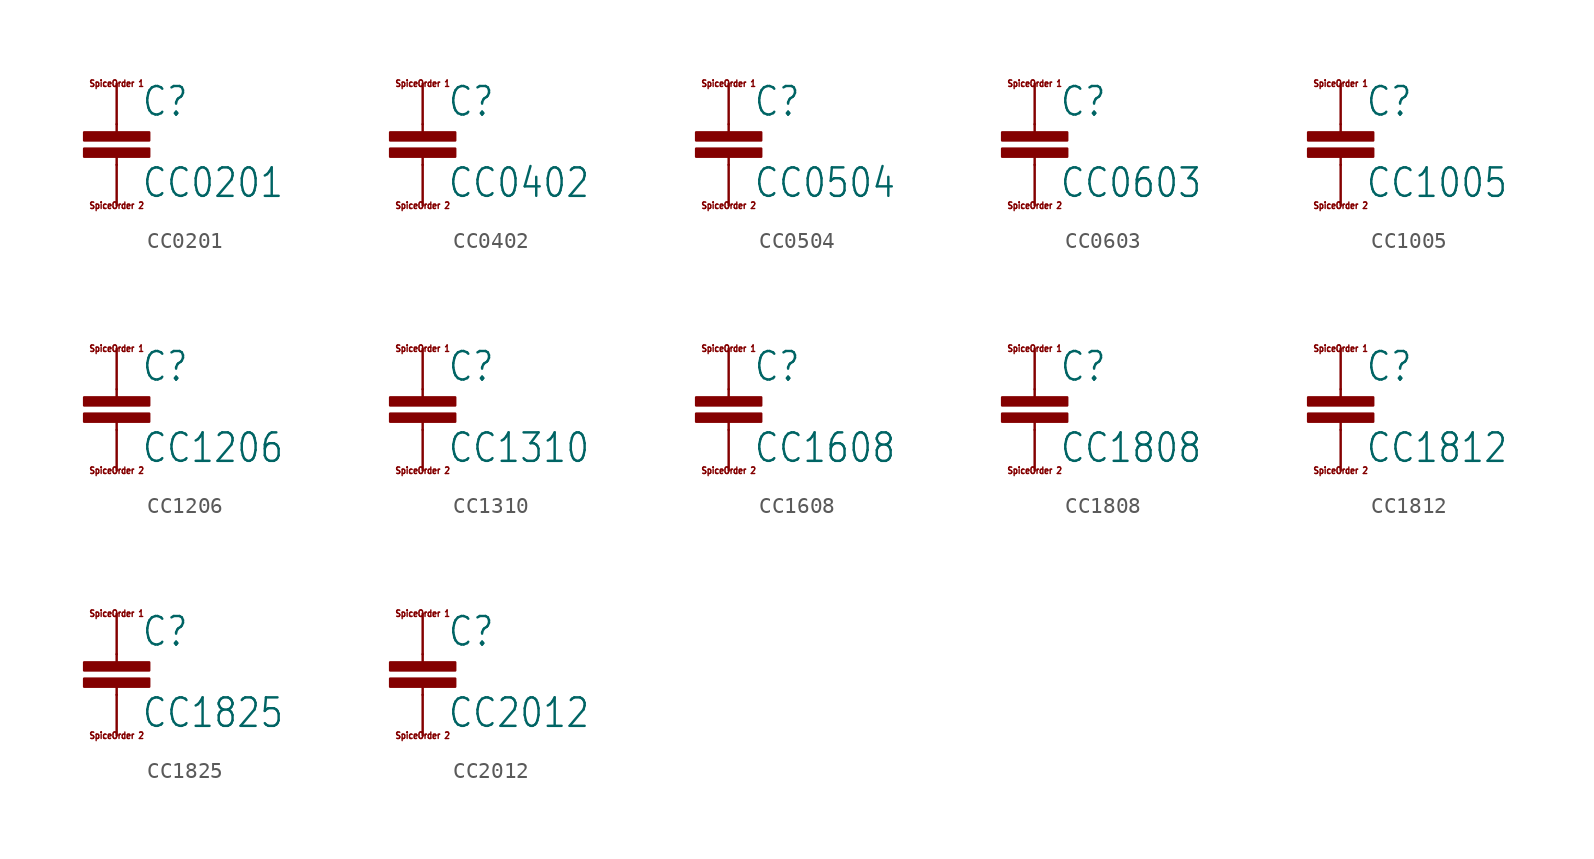
<source format=kicad_sym>
(kicad_symbol_lib
  (version 20211014)
  (generator kicad_symbol_editor)
  (symbol "CC0201"
    (property "Reference" "C"
      (at 1.524 0.381 0)
      (effects (font (size 1.778 1.511)) (justify left bottom)))
    (property "Value" "CC0201"
      (at 1.524 -4.699 0)
      (effects (font (size 1.778 1.511)) (justify left bottom)))
    (property "ki_locked" ""
      (at 0 0 0)
      (effects (font (size 1.27 1.27))))
    (symbol "CC0201_1_0"
      (rectangle (start -2.032 -2.032) (end 2.032 -1.524) (stroke (width 0) (type default) (color 0 0 0 0)) (fill (type outline)))
      (rectangle (start -2.032 -1.016) (end 2.032 -0.508) (stroke (width 0) (type default) (color 0 0 0 0)) (fill (type outline)))
      (polyline (pts (xy 0 -2.54) (xy 0 -2.032)) (stroke (width 0.152) (type default) (color 0 0 0 0)) (fill (type none)))
      (polyline (pts (xy 0 0) (xy 0 -0.508)) (stroke (width 0.152) (type default) (color 0 0 0 0)) (fill (type none)))
      (text "SpiceOrder 1" (at 0 2.54 0) (effects (font (size 0.406 0.345))))
      (text "SpiceOrder 2" (at 0 -5.08 0) (effects (font (size 0.406 0.345))))
      (pin passive line (at 0 2.54 270) (length 2.54) (name "1" (effects (font (size 0 0)))) (number "1" (effects (font (size 0 0)))))
      (pin passive line (at 0 -5.08 90) (length 2.54) (name "2" (effects (font (size 0 0)))) (number "2" (effects (font (size 0 0)))))))
  (symbol "CC0402"
    (property "Reference" "C"
      (at 1.524 0.381 0)
      (effects (font (size 1.778 1.511)) (justify left bottom)))
    (property "Value" "CC0402"
      (at 1.524 -4.699 0)
      (effects (font (size 1.778 1.511)) (justify left bottom)))
    (property "ki_locked" ""
      (at 0 0 0)
      (effects (font (size 1.27 1.27))))
    (symbol "CC0402_1_0"
      (rectangle (start -2.032 -2.032) (end 2.032 -1.524) (stroke (width 0) (type default) (color 0 0 0 0)) (fill (type outline)))
      (rectangle (start -2.032 -1.016) (end 2.032 -0.508) (stroke (width 0) (type default) (color 0 0 0 0)) (fill (type outline)))
      (polyline (pts (xy 0 -2.54) (xy 0 -2.032)) (stroke (width 0.152) (type default) (color 0 0 0 0)) (fill (type none)))
      (polyline (pts (xy 0 0) (xy 0 -0.508)) (stroke (width 0.152) (type default) (color 0 0 0 0)) (fill (type none)))
      (text "SpiceOrder 1" (at 0 2.54 0) (effects (font (size 0.406 0.345))))
      (text "SpiceOrder 2" (at 0 -5.08 0) (effects (font (size 0.406 0.345))))
      (pin passive line (at 0 2.54 270) (length 2.54) (name "1" (effects (font (size 0 0)))) (number "1" (effects (font (size 0 0)))))
      (pin passive line (at 0 -5.08 90) (length 2.54) (name "2" (effects (font (size 0 0)))) (number "2" (effects (font (size 0 0)))))))
  (symbol "CC0504"
    (property "Reference" "C"
      (at 1.524 0.381 0)
      (effects (font (size 1.778 1.511)) (justify left bottom)))
    (property "Value" "CC0504"
      (at 1.524 -4.699 0)
      (effects (font (size 1.778 1.511)) (justify left bottom)))
    (property "ki_locked" ""
      (at 0 0 0)
      (effects (font (size 1.27 1.27))))
    (symbol "CC0504_1_0"
      (rectangle (start -2.032 -2.032) (end 2.032 -1.524) (stroke (width 0) (type default) (color 0 0 0 0)) (fill (type outline)))
      (rectangle (start -2.032 -1.016) (end 2.032 -0.508) (stroke (width 0) (type default) (color 0 0 0 0)) (fill (type outline)))
      (polyline (pts (xy 0 -2.54) (xy 0 -2.032)) (stroke (width 0.152) (type default) (color 0 0 0 0)) (fill (type none)))
      (polyline (pts (xy 0 0) (xy 0 -0.508)) (stroke (width 0.152) (type default) (color 0 0 0 0)) (fill (type none)))
      (text "SpiceOrder 1" (at 0 2.54 0) (effects (font (size 0.406 0.345))))
      (text "SpiceOrder 2" (at 0 -5.08 0) (effects (font (size 0.406 0.345))))
      (pin passive line (at 0 2.54 270) (length 2.54) (name "1" (effects (font (size 0 0)))) (number "1" (effects (font (size 0 0)))))
      (pin passive line (at 0 -5.08 90) (length 2.54) (name "2" (effects (font (size 0 0)))) (number "2" (effects (font (size 0 0)))))))
  (symbol "CC0603"
    (property "Reference" "C"
      (at 1.524 0.381 0)
      (effects (font (size 1.778 1.511)) (justify left bottom)))
    (property "Value" "CC0603"
      (at 1.524 -4.699 0)
      (effects (font (size 1.778 1.511)) (justify left bottom)))
    (property "ki_locked" ""
      (at 0 0 0)
      (effects (font (size 1.27 1.27))))
    (symbol "CC0603_1_0"
      (rectangle (start -2.032 -2.032) (end 2.032 -1.524) (stroke (width 0) (type default) (color 0 0 0 0)) (fill (type outline)))
      (rectangle (start -2.032 -1.016) (end 2.032 -0.508) (stroke (width 0) (type default) (color 0 0 0 0)) (fill (type outline)))
      (polyline (pts (xy 0 -2.54) (xy 0 -2.032)) (stroke (width 0.152) (type default) (color 0 0 0 0)) (fill (type none)))
      (polyline (pts (xy 0 0) (xy 0 -0.508)) (stroke (width 0.152) (type default) (color 0 0 0 0)) (fill (type none)))
      (text "SpiceOrder 1" (at 0 2.54 0) (effects (font (size 0.406 0.345))))
      (text "SpiceOrder 2" (at 0 -5.08 0) (effects (font (size 0.406 0.345))))
      (pin passive line (at 0 2.54 270) (length 2.54) (name "1" (effects (font (size 0 0)))) (number "1" (effects (font (size 0 0)))))
      (pin passive line (at 0 -5.08 90) (length 2.54) (name "2" (effects (font (size 0 0)))) (number "2" (effects (font (size 0 0)))))))
  (symbol "CC1005"
    (property "Reference" "C"
      (at 1.524 0.381 0)
      (effects (font (size 1.778 1.511)) (justify left bottom)))
    (property "Value" "CC1005"
      (at 1.524 -4.699 0)
      (effects (font (size 1.778 1.511)) (justify left bottom)))
    (property "ki_locked" ""
      (at 0 0 0)
      (effects (font (size 1.27 1.27))))
    (symbol "CC1005_1_0"
      (rectangle (start -2.032 -2.032) (end 2.032 -1.524) (stroke (width 0) (type default) (color 0 0 0 0)) (fill (type outline)))
      (rectangle (start -2.032 -1.016) (end 2.032 -0.508) (stroke (width 0) (type default) (color 0 0 0 0)) (fill (type outline)))
      (polyline (pts (xy 0 -2.54) (xy 0 -2.032)) (stroke (width 0.152) (type default) (color 0 0 0 0)) (fill (type none)))
      (polyline (pts (xy 0 0) (xy 0 -0.508)) (stroke (width 0.152) (type default) (color 0 0 0 0)) (fill (type none)))
      (text "SpiceOrder 1" (at 0 2.54 0) (effects (font (size 0.406 0.345))))
      (text "SpiceOrder 2" (at 0 -5.08 0) (effects (font (size 0.406 0.345))))
      (pin passive line (at 0 2.54 270) (length 2.54) (name "1" (effects (font (size 0 0)))) (number "1" (effects (font (size 0 0)))))
      (pin passive line (at 0 -5.08 90) (length 2.54) (name "2" (effects (font (size 0 0)))) (number "2" (effects (font (size 0 0)))))))
  (symbol "CC1206"
    (property "Reference" "C"
      (at 1.524 0.381 0)
      (effects (font (size 1.778 1.511)) (justify left bottom)))
    (property "Value" "CC1206"
      (at 1.524 -4.699 0)
      (effects (font (size 1.778 1.511)) (justify left bottom)))
    (property "ki_locked" ""
      (at 0 0 0)
      (effects (font (size 1.27 1.27))))
    (symbol "CC1206_1_0"
      (rectangle (start -2.032 -2.032) (end 2.032 -1.524) (stroke (width 0) (type default) (color 0 0 0 0)) (fill (type outline)))
      (rectangle (start -2.032 -1.016) (end 2.032 -0.508) (stroke (width 0) (type default) (color 0 0 0 0)) (fill (type outline)))
      (polyline (pts (xy 0 -2.54) (xy 0 -2.032)) (stroke (width 0.152) (type default) (color 0 0 0 0)) (fill (type none)))
      (polyline (pts (xy 0 0) (xy 0 -0.508)) (stroke (width 0.152) (type default) (color 0 0 0 0)) (fill (type none)))
      (text "SpiceOrder 1" (at 0 2.54 0) (effects (font (size 0.406 0.345))))
      (text "SpiceOrder 2" (at 0 -5.08 0) (effects (font (size 0.406 0.345))))
      (pin passive line (at 0 2.54 270) (length 2.54) (name "1" (effects (font (size 0 0)))) (number "1" (effects (font (size 0 0)))))
      (pin passive line (at 0 -5.08 90) (length 2.54) (name "2" (effects (font (size 0 0)))) (number "2" (effects (font (size 0 0)))))))
  (symbol "CC1310"
    (property "Reference" "C"
      (at 1.524 0.381 0)
      (effects (font (size 1.778 1.511)) (justify left bottom)))
    (property "Value" "CC1310"
      (at 1.524 -4.699 0)
      (effects (font (size 1.778 1.511)) (justify left bottom)))
    (property "ki_locked" ""
      (at 0 0 0)
      (effects (font (size 1.27 1.27))))
    (symbol "CC1310_1_0"
      (rectangle (start -2.032 -2.032) (end 2.032 -1.524) (stroke (width 0) (type default) (color 0 0 0 0)) (fill (type outline)))
      (rectangle (start -2.032 -1.016) (end 2.032 -0.508) (stroke (width 0) (type default) (color 0 0 0 0)) (fill (type outline)))
      (polyline (pts (xy 0 -2.54) (xy 0 -2.032)) (stroke (width 0.152) (type default) (color 0 0 0 0)) (fill (type none)))
      (polyline (pts (xy 0 0) (xy 0 -0.508)) (stroke (width 0.152) (type default) (color 0 0 0 0)) (fill (type none)))
      (text "SpiceOrder 1" (at 0 2.54 0) (effects (font (size 0.406 0.345))))
      (text "SpiceOrder 2" (at 0 -5.08 0) (effects (font (size 0.406 0.345))))
      (pin passive line (at 0 2.54 270) (length 2.54) (name "1" (effects (font (size 0 0)))) (number "1" (effects (font (size 0 0)))))
      (pin passive line (at 0 -5.08 90) (length 2.54) (name "2" (effects (font (size 0 0)))) (number "2" (effects (font (size 0 0)))))))
  (symbol "CC1608"
    (property "Reference" "C"
      (at 1.524 0.381 0)
      (effects (font (size 1.778 1.511)) (justify left bottom)))
    (property "Value" "CC1608"
      (at 1.524 -4.699 0)
      (effects (font (size 1.778 1.511)) (justify left bottom)))
    (property "ki_locked" ""
      (at 0 0 0)
      (effects (font (size 1.27 1.27))))
    (symbol "CC1608_1_0"
      (rectangle (start -2.032 -2.032) (end 2.032 -1.524) (stroke (width 0) (type default) (color 0 0 0 0)) (fill (type outline)))
      (rectangle (start -2.032 -1.016) (end 2.032 -0.508) (stroke (width 0) (type default) (color 0 0 0 0)) (fill (type outline)))
      (polyline (pts (xy 0 -2.54) (xy 0 -2.032)) (stroke (width 0.152) (type default) (color 0 0 0 0)) (fill (type none)))
      (polyline (pts (xy 0 0) (xy 0 -0.508)) (stroke (width 0.152) (type default) (color 0 0 0 0)) (fill (type none)))
      (text "SpiceOrder 1" (at 0 2.54 0) (effects (font (size 0.406 0.345))))
      (text "SpiceOrder 2" (at 0 -5.08 0) (effects (font (size 0.406 0.345))))
      (pin passive line (at 0 2.54 270) (length 2.54) (name "1" (effects (font (size 0 0)))) (number "1" (effects (font (size 0 0)))))
      (pin passive line (at 0 -5.08 90) (length 2.54) (name "2" (effects (font (size 0 0)))) (number "2" (effects (font (size 0 0)))))))
  (symbol "CC1808"
    (property "Reference" "C"
      (at 1.524 0.381 0)
      (effects (font (size 1.778 1.511)) (justify left bottom)))
    (property "Value" "CC1808"
      (at 1.524 -4.699 0)
      (effects (font (size 1.778 1.511)) (justify left bottom)))
    (property "ki_locked" ""
      (at 0 0 0)
      (effects (font (size 1.27 1.27))))
    (symbol "CC1808_1_0"
      (rectangle (start -2.032 -2.032) (end 2.032 -1.524) (stroke (width 0) (type default) (color 0 0 0 0)) (fill (type outline)))
      (rectangle (start -2.032 -1.016) (end 2.032 -0.508) (stroke (width 0) (type default) (color 0 0 0 0)) (fill (type outline)))
      (polyline (pts (xy 0 -2.54) (xy 0 -2.032)) (stroke (width 0.152) (type default) (color 0 0 0 0)) (fill (type none)))
      (polyline (pts (xy 0 0) (xy 0 -0.508)) (stroke (width 0.152) (type default) (color 0 0 0 0)) (fill (type none)))
      (text "SpiceOrder 1" (at 0 2.54 0) (effects (font (size 0.406 0.345))))
      (text "SpiceOrder 2" (at 0 -5.08 0) (effects (font (size 0.406 0.345))))
      (pin passive line (at 0 2.54 270) (length 2.54) (name "1" (effects (font (size 0 0)))) (number "1" (effects (font (size 0 0)))))
      (pin passive line (at 0 -5.08 90) (length 2.54) (name "2" (effects (font (size 0 0)))) (number "2" (effects (font (size 0 0)))))))
  (symbol "CC1812"
    (property "Reference" "C"
      (at 1.524 0.381 0)
      (effects (font (size 1.778 1.511)) (justify left bottom)))
    (property "Value" "CC1812"
      (at 1.524 -4.699 0)
      (effects (font (size 1.778 1.511)) (justify left bottom)))
    (property "ki_locked" ""
      (at 0 0 0)
      (effects (font (size 1.27 1.27))))
    (symbol "CC1812_1_0"
      (rectangle (start -2.032 -2.032) (end 2.032 -1.524) (stroke (width 0) (type default) (color 0 0 0 0)) (fill (type outline)))
      (rectangle (start -2.032 -1.016) (end 2.032 -0.508) (stroke (width 0) (type default) (color 0 0 0 0)) (fill (type outline)))
      (polyline (pts (xy 0 -2.54) (xy 0 -2.032)) (stroke (width 0.152) (type default) (color 0 0 0 0)) (fill (type none)))
      (polyline (pts (xy 0 0) (xy 0 -0.508)) (stroke (width 0.152) (type default) (color 0 0 0 0)) (fill (type none)))
      (text "SpiceOrder 1" (at 0 2.54 0) (effects (font (size 0.406 0.345))))
      (text "SpiceOrder 2" (at 0 -5.08 0) (effects (font (size 0.406 0.345))))
      (pin passive line (at 0 2.54 270) (length 2.54) (name "1" (effects (font (size 0 0)))) (number "1" (effects (font (size 0 0)))))
      (pin passive line (at 0 -5.08 90) (length 2.54) (name "2" (effects (font (size 0 0)))) (number "2" (effects (font (size 0 0)))))))
  (symbol "CC1825"
    (property "Reference" "C"
      (at 1.524 0.381 0)
      (effects (font (size 1.778 1.511)) (justify left bottom)))
    (property "Value" "CC1825"
      (at 1.524 -4.699 0)
      (effects (font (size 1.778 1.511)) (justify left bottom)))
    (property "ki_locked" ""
      (at 0 0 0)
      (effects (font (size 1.27 1.27))))
    (symbol "CC1825_1_0"
      (rectangle (start -2.032 -2.032) (end 2.032 -1.524) (stroke (width 0) (type default) (color 0 0 0 0)) (fill (type outline)))
      (rectangle (start -2.032 -1.016) (end 2.032 -0.508) (stroke (width 0) (type default) (color 0 0 0 0)) (fill (type outline)))
      (polyline (pts (xy 0 -2.54) (xy 0 -2.032)) (stroke (width 0.152) (type default) (color 0 0 0 0)) (fill (type none)))
      (polyline (pts (xy 0 0) (xy 0 -0.508)) (stroke (width 0.152) (type default) (color 0 0 0 0)) (fill (type none)))
      (text "SpiceOrder 1" (at 0 2.54 0) (effects (font (size 0.406 0.345))))
      (text "SpiceOrder 2" (at 0 -5.08 0) (effects (font (size 0.406 0.345))))
      (pin passive line (at 0 2.54 270) (length 2.54) (name "1" (effects (font (size 0 0)))) (number "1" (effects (font (size 0 0)))))
      (pin passive line (at 0 -5.08 90) (length 2.54) (name "2" (effects (font (size 0 0)))) (number "2" (effects (font (size 0 0)))))))
  (symbol "CC2012"
    (property "Reference" "C"
      (at 1.524 0.381 0)
      (effects (font (size 1.778 1.511)) (justify left bottom)))
    (property "Value" "CC2012"
      (at 1.524 -4.699 0)
      (effects (font (size 1.778 1.511)) (justify left bottom)))
    (property "ki_locked" ""
      (at 0 0 0)
      (effects (font (size 1.27 1.27))))
    (symbol "CC2012_1_0"
      (rectangle (start -2.032 -2.032) (end 2.032 -1.524) (stroke (width 0) (type default) (color 0 0 0 0)) (fill (type outline)))
      (rectangle (start -2.032 -1.016) (end 2.032 -0.508) (stroke (width 0) (type default) (color 0 0 0 0)) (fill (type outline)))
      (polyline (pts (xy 0 -2.54) (xy 0 -2.032)) (stroke (width 0.152) (type default) (color 0 0 0 0)) (fill (type none)))
      (polyline (pts (xy 0 0) (xy 0 -0.508)) (stroke (width 0.152) (type default) (color 0 0 0 0)) (fill (type none)))
      (text "SpiceOrder 1" (at 0 2.54 0) (effects (font (size 0.406 0.345))))
      (text "SpiceOrder 2" (at 0 -5.08 0) (effects (font (size 0.406 0.345))))
      (pin passive line (at 0 2.54 270) (length 2.54) (name "1" (effects (font (size 0 0)))) (number "1" (effects (font (size 0 0)))))
      (pin passive line (at 0 -5.08 90) (length 2.54) (name "2" (effects (font (size 0 0)))) (number "2" (effects (font (size 0 0))))))))
</source>
